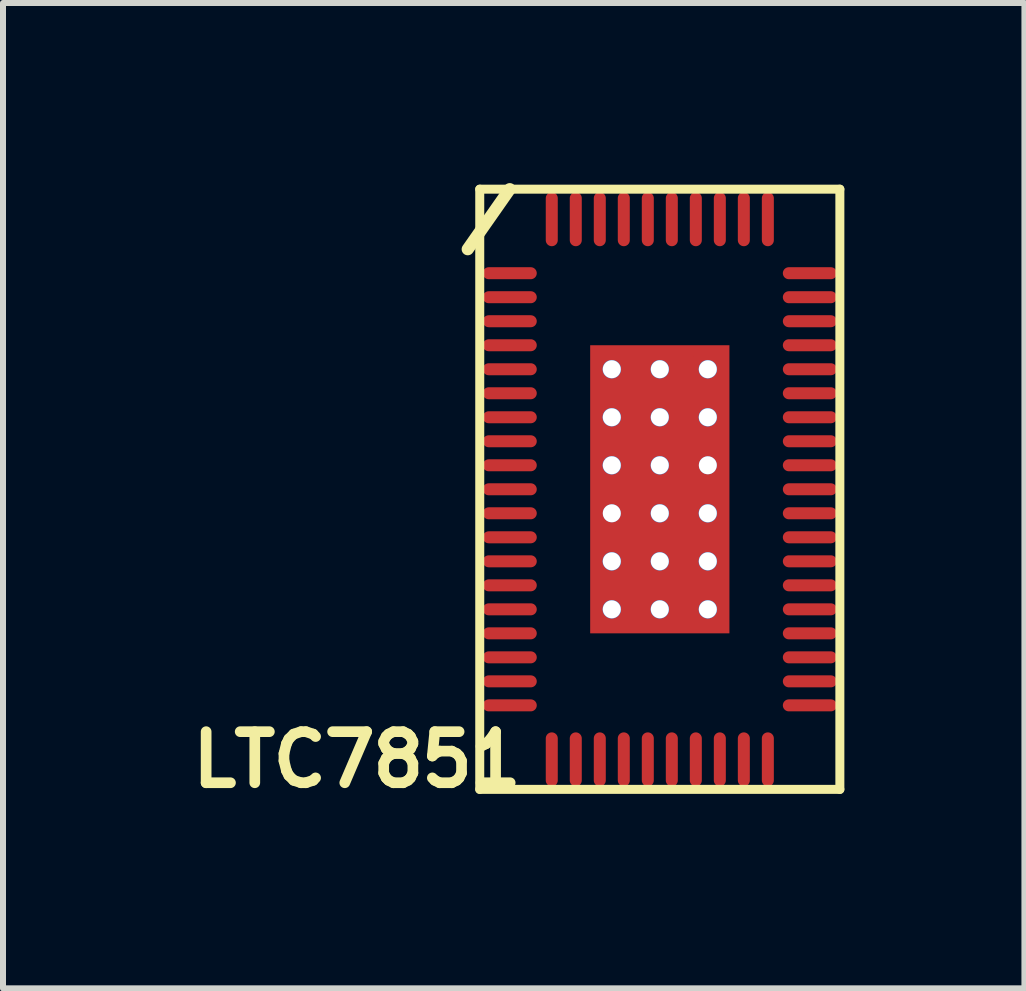
<source format=kicad_pcb>
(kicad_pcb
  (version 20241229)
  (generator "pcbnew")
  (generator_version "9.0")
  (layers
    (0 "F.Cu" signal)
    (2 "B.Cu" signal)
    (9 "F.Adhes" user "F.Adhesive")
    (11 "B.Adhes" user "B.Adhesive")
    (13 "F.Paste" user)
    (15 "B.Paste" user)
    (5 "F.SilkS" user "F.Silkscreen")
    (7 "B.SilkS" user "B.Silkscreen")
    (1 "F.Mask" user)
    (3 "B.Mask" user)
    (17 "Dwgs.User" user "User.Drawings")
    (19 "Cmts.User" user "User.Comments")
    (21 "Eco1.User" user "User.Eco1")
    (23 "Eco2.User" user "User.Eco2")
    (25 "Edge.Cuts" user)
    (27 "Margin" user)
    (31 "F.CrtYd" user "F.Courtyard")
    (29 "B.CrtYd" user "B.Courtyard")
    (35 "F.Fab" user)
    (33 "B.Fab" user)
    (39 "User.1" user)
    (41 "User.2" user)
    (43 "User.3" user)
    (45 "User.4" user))
  (footprint "LTC7851"
    (layer "F.Cu")
    (at 7.943 5.102)
    (property "Reference" "LTC7851" (at -5.046 4.505 180) (layer "F.SilkS") (effects (font (size 0.851 0.851) (thickness 0.178))))
    (attr smd)
    (fp_line (start -3.2 -4) (end -2.5 -5) (stroke (width 0.203) (type solid)) (layer "F.SilkS"))
    (fp_line (start -3 -5) (end 3 -5) (stroke (width 0.15) (type solid)) (layer "F.SilkS"))
    (fp_line (start -3 5) (end -3 -5) (stroke (width 0.15) (type solid)) (layer "F.SilkS"))
    (fp_line (start 3 -5) (end 3 5) (stroke (width 0.15) (type solid)) (layer "F.SilkS"))
    (fp_line (start 3 5) (end -3 5) (stroke (width 0.15) (type solid)) (layer "F.SilkS"))
    (pad "1" smd oval (at -2.5 -3.6) (size 0.9 0.2) (layers "F.Cu" "F.Mask" "F.Paste"))
    (pad "2" smd oval (at -2.5 -3.2) (size 0.9 0.2) (layers "F.Cu" "F.Mask" "F.Paste"))
    (pad "3" smd oval (at -2.5 -2.8) (size 0.9 0.2) (layers "F.Cu" "F.Mask" "F.Paste"))
    (pad "4" smd oval (at -2.5 -2.4) (size 0.9 0.2) (layers "F.Cu" "F.Mask" "F.Paste"))
    (pad "5" smd oval (at -2.5 -2) (size 0.9 0.2) (layers "F.Cu" "F.Mask" "F.Paste"))
    (pad "6" smd oval (at -2.5 -1.6) (size 0.9 0.2) (layers "F.Cu" "F.Mask" "F.Paste"))
    (pad "7" smd oval (at -2.5 -1.2) (size 0.9 0.2) (layers "F.Cu" "F.Mask" "F.Paste"))
    (pad "8" smd oval (at -2.5 -0.8) (size 0.9 0.2) (layers "F.Cu" "F.Mask" "F.Paste"))
    (pad "9" smd oval (at -2.5 -0.4) (size 0.9 0.2) (layers "F.Cu" "F.Mask" "F.Paste"))
    (pad "10" smd oval (at -2.5 0) (size 0.9 0.2) (layers "F.Cu" "F.Mask" "F.Paste"))
    (pad "11" smd oval (at -2.5 0.4) (size 0.9 0.2) (layers "F.Cu" "F.Mask" "F.Paste"))
    (pad "12" smd oval (at -2.5 0.8) (size 0.9 0.2) (layers "F.Cu" "F.Mask" "F.Paste"))
    (pad "13" smd oval (at -2.5 1.2) (size 0.9 0.2) (layers "F.Cu" "F.Mask" "F.Paste"))
    (pad "14" smd oval (at -2.5 1.6) (size 0.9 0.2) (layers "F.Cu" "F.Mask" "F.Paste"))
    (pad "15" smd oval (at -2.5 2) (size 0.9 0.2) (layers "F.Cu" "F.Mask" "F.Paste"))
    (pad "16" smd oval (at -2.5 2.4) (size 0.9 0.2) (layers "F.Cu" "F.Mask" "F.Paste"))
    (pad "17" smd oval (at -2.5 2.8) (size 0.9 0.2) (layers "F.Cu" "F.Mask" "F.Paste"))
    (pad "18" smd oval (at -2.5 3.2) (size 0.9 0.2) (layers "F.Cu" "F.Mask" "F.Paste"))
    (pad "19" smd oval (at -2.5 3.6) (size 0.9 0.2) (layers "F.Cu" "F.Mask" "F.Paste"))
    (pad "20" smd oval (at -1.8 4.5 90) (size 0.9 0.2) (layers "F.Cu" "F.Mask" "F.Paste"))
    (pad "21" smd oval (at -1.4 4.5 90) (size 0.9 0.2) (layers "F.Cu" "F.Mask" "F.Paste"))
    (pad "22" smd oval (at -1 4.5 90) (size 0.9 0.2) (layers "F.Cu" "F.Mask" "F.Paste"))
    (pad "23" smd oval (at -0.6 4.5 90) (size 0.9 0.2) (layers "F.Cu" "F.Mask" "F.Paste"))
    (pad "24" smd oval (at -0.2 4.5 90) (size 0.9 0.2) (layers "F.Cu" "F.Mask" "F.Paste"))
    (pad "25" smd oval (at 0.2 4.5 90) (size 0.9 0.2) (layers "F.Cu" "F.Mask" "F.Paste"))
    (pad "26" smd oval (at 0.6 4.5 90) (size 0.9 0.2) (layers "F.Cu" "F.Mask" "F.Paste"))
    (pad "27" smd oval (at 1 4.5 90) (size 0.9 0.2) (layers "F.Cu" "F.Mask" "F.Paste"))
    (pad "28" smd oval (at 1.4 4.5 90) (size 0.9 0.2) (layers "F.Cu" "F.Mask" "F.Paste"))
    (pad "29" smd oval (at 1.8 4.5 90) (size 0.9 0.2) (layers "F.Cu" "F.Mask" "F.Paste"))
    (pad "30" smd oval (at 2.5 3.6 180) (size 0.9 0.2) (layers "F.Cu" "F.Mask" "F.Paste"))
    (pad "31" smd oval (at 2.5 3.2 180) (size 0.9 0.2) (layers "F.Cu" "F.Mask" "F.Paste"))
    (pad "32" smd oval (at 2.5 2.8 180) (size 0.9 0.2) (layers "F.Cu" "F.Mask" "F.Paste"))
    (pad "33" smd oval (at 2.5 2.4 180) (size 0.9 0.2) (layers "F.Cu" "F.Mask" "F.Paste"))
    (pad "34" smd oval (at 2.5 2 180) (size 0.9 0.2) (layers "F.Cu" "F.Mask" "F.Paste"))
    (pad "35" smd oval (at 2.5 1.6 180) (size 0.9 0.2) (layers "F.Cu" "F.Mask" "F.Paste"))
    (pad "36" smd oval (at 2.5 1.2 180) (size 0.9 0.2) (layers "F.Cu" "F.Mask" "F.Paste"))
    (pad "37" smd oval (at 2.5 0.8 180) (size 0.9 0.2) (layers "F.Cu" "F.Mask" "F.Paste"))
    (pad "38" smd oval (at 2.5 0.4 180) (size 0.9 0.2) (layers "F.Cu" "F.Mask" "F.Paste"))
    (pad "39" smd oval (at 2.5 0 180) (size 0.9 0.2) (layers "F.Cu" "F.Mask" "F.Paste"))
    (pad "40" smd oval (at 2.5 -0.4 180) (size 0.9 0.2) (layers "F.Cu" "F.Mask" "F.Paste"))
    (pad "41" smd oval (at 2.5 -0.8 180) (size 0.9 0.2) (layers "F.Cu" "F.Mask" "F.Paste"))
    (pad "42" smd oval (at 2.5 -1.2 180) (size 0.9 0.2) (layers "F.Cu" "F.Mask" "F.Paste"))
    (pad "43" smd oval (at 2.5 -1.6 180) (size 0.9 0.2) (layers "F.Cu" "F.Mask" "F.Paste"))
    (pad "44" smd oval (at 2.5 -2 180) (size 0.9 0.2) (layers "F.Cu" "F.Mask" "F.Paste"))
    (pad "45" smd oval (at 2.5 -2.4 180) (size 0.9 0.2) (layers "F.Cu" "F.Mask" "F.Paste"))
    (pad "46" smd oval (at 2.5 -2.8 180) (size 0.9 0.2) (layers "F.Cu" "F.Mask" "F.Paste"))
    (pad "47" smd oval (at 2.5 -3.2 180) (size 0.9 0.2) (layers "F.Cu" "F.Mask" "F.Paste"))
    (pad "48" smd oval (at 2.5 -3.6 180) (size 0.9 0.2) (layers "F.Cu" "F.Mask" "F.Paste"))
    (pad "49" smd oval (at 1.8 -4.5 270) (size 0.9 0.2) (layers "F.Cu" "F.Mask" "F.Paste"))
    (pad "50" smd oval (at 1.4 -4.5 270) (size 0.9 0.2) (layers "F.Cu" "F.Mask" "F.Paste"))
    (pad "51" smd oval (at 1 -4.5 270) (size 0.9 0.2) (layers "F.Cu" "F.Mask" "F.Paste"))
    (pad "52" smd oval (at 0.6 -4.5 270) (size 0.9 0.2) (layers "F.Cu" "F.Mask" "F.Paste"))
    (pad "53" smd oval (at 0.2 -4.5 270) (size 0.9 0.2) (layers "F.Cu" "F.Mask" "F.Paste"))
    (pad "54" smd oval (at -0.2 -4.5 270) (size 0.9 0.2) (layers "F.Cu" "F.Mask" "F.Paste"))
    (pad "55" smd oval (at -0.6 -4.5 270) (size 0.9 0.2) (layers "F.Cu" "F.Mask" "F.Paste"))
    (pad "56" smd oval (at -1 -4.5 270) (size 0.9 0.2) (layers "F.Cu" "F.Mask" "F.Paste"))
    (pad "57" smd oval (at -1.4 -4.5 270) (size 0.9 0.2) (layers "F.Cu" "F.Mask" "F.Paste"))
    (pad "58" smd oval (at -1.8 -4.5 270) (size 0.9 0.2) (layers "F.Cu" "F.Mask" "F.Paste"))
    (pad "59" thru_hole circle (at -0.8 -2) (size 0.31 0.31) (drill 0.3) (layers "*.Cu" "F.Mask"))
    (pad "59" thru_hole circle (at -0.8 -1.2) (size 0.31 0.31) (drill 0.3) (layers "*.Cu" "F.Mask"))
    (pad "59" thru_hole circle (at -0.8 -0.4) (size 0.31 0.31) (drill 0.3) (layers "*.Cu" "F.Mask"))
    (pad "59" thru_hole circle (at -0.8 0.4) (size 0.3 0.3) (drill 0.3) (layers "*.Cu" "F.Mask"))
    (pad "59" thru_hole circle (at -0.8 1.2) (size 0.31 0.31) (drill 0.3) (layers "*.Cu" "F.Mask"))
    (pad "59" thru_hole circle (at -0.8 2) (size 0.31 0.31) (drill 0.3) (layers "*.Cu" "F.Mask"))
    (pad "59" smd circle (at -0.4 -2.1) (size 0.4 0.4) (layers "F.Cu" "F.Paste"))
    (pad "59" smd circle (at -0.4 2.1) (size 0.4 0.4) (layers "F.Cu" "F.Paste"))
    (pad "59" thru_hole circle (at 0 -2) (size 0.31 0.31) (drill 0.3) (layers "*.Cu" "F.Mask"))
    (pad "59" smd oval (at 0 -1.6) (size 2.2 0.4) (layers "F.Cu" "F.Paste"))
    (pad "59" thru_hole circle (at 0 -1.2) (size 0.31 0.31) (drill 0.3) (layers "*.Cu" "F.Mask"))
    (pad "59" smd oval (at 0 -0.8) (size 2.2 0.4) (layers "F.Cu" "F.Paste"))
    (pad "59" thru_hole circle (at 0 -0.4) (size 0.31 0.31) (drill 0.3) (layers "*.Cu" "F.Mask"))
    (pad "59" smd oval (at 0 0) (size 2.2 0.4) (layers "F.Cu" "F.Paste"))
    (pad "59" smd rect (at 0 0) (size 2.32 4.8) (layers "F.Cu" "F.Mask"))
    (pad "59" thru_hole circle (at 0 0.4) (size 0.31 0.31) (drill 0.3) (layers "*.Cu" "F.Mask"))
    (pad "59" smd oval (at 0 0.8) (size 2.2 0.4) (layers "F.Cu" "F.Paste"))
    (pad "59" thru_hole circle (at 0 1.2) (size 0.31 0.31) (drill 0.3) (layers "*.Cu" "F.Mask"))
    (pad "59" smd oval (at 0 1.6) (size 2.2 0.4) (layers "F.Cu" "F.Paste"))
    (pad "59" thru_hole circle (at 0 2) (size 0.31 0.31) (drill 0.3) (layers "*.Cu" "F.Mask"))
    (pad "59" smd circle (at 0.4 -2.1) (size 0.4 0.4) (layers "F.Cu" "F.Paste"))
    (pad "59" smd circle (at 0.4 2.1) (size 0.4 0.4) (layers "F.Cu" "F.Paste"))
    (pad "59" thru_hole circle (at 0.8 -2) (size 0.31 0.31) (drill 0.3) (layers "*.Cu" "F.Mask"))
    (pad "59" thru_hole circle (at 0.8 -1.2) (size 0.31 0.31) (drill 0.3) (layers "*.Cu" "F.Mask"))
    (pad "59" thru_hole circle (at 0.8 -0.4) (size 0.3 0.3) (drill 0.3) (layers "*.Cu" "F.Mask"))
    (pad "59" thru_hole circle (at 0.8 0.4) (size 0.31 0.31) (drill 0.3) (layers "*.Cu" "F.Mask"))
    (pad "59" thru_hole circle (at 0.8 1.2) (size 0.31 0.31) (drill 0.3) (layers "*.Cu" "F.Mask"))
    (pad "59" thru_hole circle (at 0.8 2) (size 0.31 0.31) (drill 0.3) (layers "*.Cu" "F.Mask")))
  (gr_rect
    (start -3 -3)
    (end 14.018 13.417)
    (stroke (width 0.1) (type default))
    (fill no)
    (layer "Edge.Cuts")))
</source>
